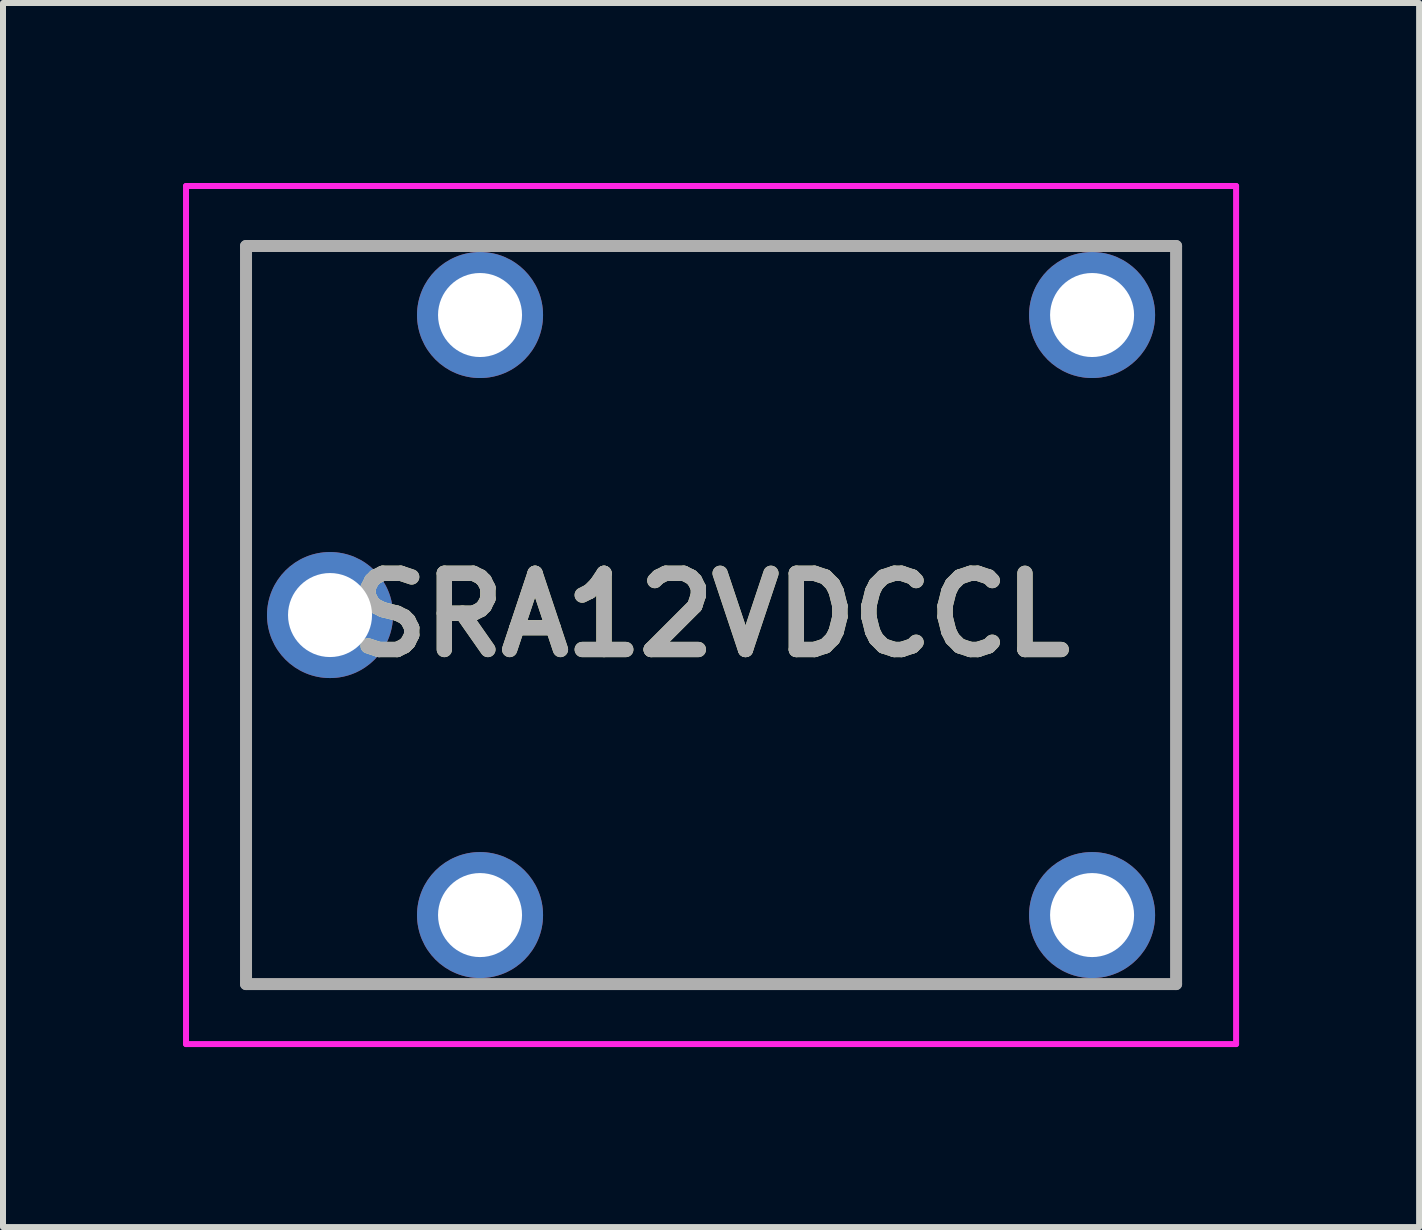
<source format=kicad_pcb>
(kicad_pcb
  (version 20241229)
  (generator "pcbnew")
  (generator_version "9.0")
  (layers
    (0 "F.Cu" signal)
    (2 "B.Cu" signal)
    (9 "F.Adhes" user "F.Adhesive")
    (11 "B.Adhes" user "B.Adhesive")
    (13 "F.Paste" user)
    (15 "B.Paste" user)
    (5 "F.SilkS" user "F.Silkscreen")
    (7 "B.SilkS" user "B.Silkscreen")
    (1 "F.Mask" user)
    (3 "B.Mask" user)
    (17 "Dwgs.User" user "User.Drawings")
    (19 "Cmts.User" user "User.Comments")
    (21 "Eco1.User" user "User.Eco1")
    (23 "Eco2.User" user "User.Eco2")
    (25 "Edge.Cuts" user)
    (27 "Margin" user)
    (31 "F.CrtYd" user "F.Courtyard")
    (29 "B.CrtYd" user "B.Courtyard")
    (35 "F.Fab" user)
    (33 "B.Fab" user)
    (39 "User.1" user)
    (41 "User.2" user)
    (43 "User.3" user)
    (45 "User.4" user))
  (footprint "SRA12VDCCL"
    (layer "F.Cu")
    (at 8.8 7.2)
    (property "Reference" "SRA12VDCCL" (at 0 0 0) (layer "F.SilkS") (effects (font (size 1.27 1.27) (thickness 0.254))))
    (attr through_hole)
    (fp_line (start -7.75 -6.15) (end -7.75 6.15) (stroke (width 0.1) (type solid)) (layer "F.SilkS"))
    (fp_line (start -7.75 6.15) (end -5 6.15) (stroke (width 0.1) (type solid)) (layer "F.SilkS"))
    (fp_line (start -5 -6.15) (end -7.75 -6.15) (stroke (width 0.1) (type solid)) (layer "F.SilkS"))
    (fp_line (start -3 -6.15) (end 5.5 -6.15) (stroke (width 0.1) (type solid)) (layer "F.SilkS"))
    (fp_line (start -3 6.15) (end 5.5 6.15) (stroke (width 0.1) (type solid)) (layer "F.SilkS"))
    (fp_line (start 7.75 6.15) (end 7.75 -6.15) (stroke (width 0.1) (type solid)) (layer "F.SilkS"))
    (fp_line (start -8.75 -7.15) (end 8.75 -7.15) (stroke (width 0.1) (type solid)) (layer "F.CrtYd"))
    (fp_line (start -8.75 7.15) (end -8.75 -7.15) (stroke (width 0.1) (type solid)) (layer "F.CrtYd"))
    (fp_line (start 8.75 -7.15) (end 8.75 7.15) (stroke (width 0.1) (type solid)) (layer "F.CrtYd"))
    (fp_line (start 8.75 7.15) (end -8.75 7.15) (stroke (width 0.1) (type solid)) (layer "F.CrtYd"))
    (fp_line (start -7.75 -6.15) (end 7.75 -6.15) (stroke (width 0.2) (type solid)) (layer "F.Fab"))
    (fp_line (start -7.75 6.15) (end -7.75 -6.15) (stroke (width 0.2) (type solid)) (layer "F.Fab"))
    (fp_line (start 7.75 -6.15) (end 7.75 6.15) (stroke (width 0.2) (type solid)) (layer "F.Fab"))
    (fp_line (start 7.75 6.15) (end -7.75 6.15) (stroke (width 0.2) (type solid)) (layer "F.Fab"))
    (fp_text user "${REFERENCE}" (at 0 0 0) (layer "F.Fab") (effects (font (size 1.27 1.27) (thickness 0.254))))
    (pad "1" thru_hole circle (at -3.85 5) (size 2.1 2.1) (drill 1.4) (layers "*.Cu" "*.Mask"))
    (pad "2" thru_hole circle (at 6.35 5) (size 2.1 2.1) (drill 1.4) (layers "*.Cu" "*.Mask"))
    (pad "3" thru_hole circle (at 6.35 -5) (size 2.1 2.1) (drill 1.4) (layers "*.Cu" "*.Mask"))
    (pad "4" thru_hole circle (at -3.85 -5) (size 2.1 2.1) (drill 1.4) (layers "*.Cu" "*.Mask"))
    (pad "5" thru_hole circle (at -6.35 0) (size 2.1 2.1) (drill 1.4) (layers "*.Cu" "*.Mask")))
  (gr_rect
    (start -3 -3)
    (end 20.6 17.4)
    (stroke (width 0.1) (type default))
    (fill no)
    (layer "Edge.Cuts")))
</source>
